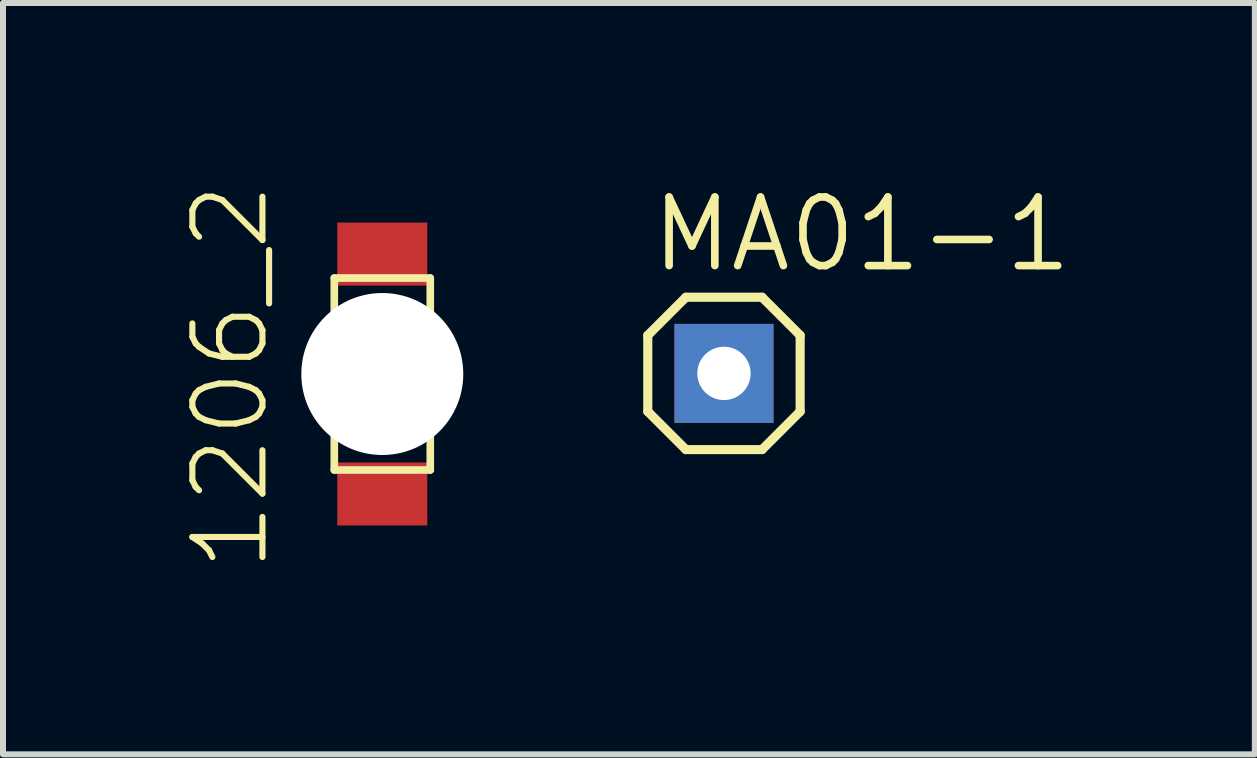
<source format=kicad_pcb>
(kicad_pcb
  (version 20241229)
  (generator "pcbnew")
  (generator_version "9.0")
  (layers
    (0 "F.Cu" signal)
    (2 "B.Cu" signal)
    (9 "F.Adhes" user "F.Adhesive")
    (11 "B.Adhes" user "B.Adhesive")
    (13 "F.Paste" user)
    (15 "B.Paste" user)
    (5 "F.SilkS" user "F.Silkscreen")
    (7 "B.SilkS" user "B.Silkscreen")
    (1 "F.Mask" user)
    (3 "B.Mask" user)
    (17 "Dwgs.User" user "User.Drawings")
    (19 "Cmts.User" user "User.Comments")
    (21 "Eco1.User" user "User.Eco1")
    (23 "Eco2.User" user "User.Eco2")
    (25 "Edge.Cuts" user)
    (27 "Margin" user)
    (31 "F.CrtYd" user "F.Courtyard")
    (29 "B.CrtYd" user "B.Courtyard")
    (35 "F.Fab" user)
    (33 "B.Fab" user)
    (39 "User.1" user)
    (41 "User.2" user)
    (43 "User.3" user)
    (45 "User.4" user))
  (footprint "1206_2"
    (layer "F.Cu")
    (at 3.323 3.185)
    (property "Reference" "1206_2" (at -1.85 3.34 90) (layer "F.SilkS") (effects (font (size 1.168 1.168) (thickness 0.102)) (justify left bottom)))
    (fp_line (start -0.8 -1.6) (end -0.8 1.6) (stroke (width 0.127) (type solid)) (layer "F.SilkS"))
    (fp_line (start -0.8 1.6) (end 0.8 1.6) (stroke (width 0.127) (type solid)) (layer "F.SilkS"))
    (fp_line (start -0.49 -0.3) (end 0.51 -0.3) (stroke (width 0.127) (type solid)) (layer "F.SilkS"))
    (fp_line (start -0.49 0.27) (end 0.01 -0.23) (stroke (width 0.127) (type solid)) (layer "F.SilkS"))
    (fp_line (start -0.49 0.27) (end 0.51 0.27) (stroke (width 0.127) (type solid)) (layer "F.SilkS"))
    (fp_line (start 0.51 0.27) (end 0.01 -0.23) (stroke (width 0.127) (type solid)) (layer "F.SilkS"))
    (fp_line (start 0.8 -1.6) (end -0.8 -1.6) (stroke (width 0.127) (type solid)) (layer "F.SilkS"))
    (fp_line (start 0.8 1.6) (end 0.8 -1.6) (stroke (width 0.127) (type solid)) (layer "F.SilkS"))
    (pad "" np_thru_hole circle (at 0 0) (size 2.7 2.7) (drill 2.7) (layers "*.Cu" "*.Mask"))
    (pad "A" smd rect (at 0 2) (size 1.5 1.05) (layers "F.Cu" "F.Mask" "F.Paste"))
    (pad "K" smd rect (at 0 -2) (size 1.5 1.05) (layers "F.Cu" "F.Mask" "F.Paste")))
  (footprint "MA01-1"
    (layer "F.Cu")
    (at 9.019 3.175)
    (property "Reference" "MA01-1" (at -1.27 -1.651 0) (layer "F.SilkS") (effects (font (size 1.143 1.143) (thickness 0.127)) (justify left bottom)))
    (fp_line (start -1.27 -0.635) (end -1.27 0.635) (stroke (width 0.152) (type solid)) (layer "F.SilkS"))
    (fp_line (start -1.27 0.635) (end -0.635 1.27) (stroke (width 0.152) (type solid)) (layer "F.SilkS"))
    (fp_line (start -0.635 -1.27) (end -1.27 -0.635) (stroke (width 0.152) (type solid)) (layer "F.SilkS"))
    (fp_line (start -0.635 -1.27) (end 0.635 -1.27) (stroke (width 0.152) (type solid)) (layer "F.SilkS"))
    (fp_line (start 0.635 -1.27) (end 1.27 -0.635) (stroke (width 0.152) (type solid)) (layer "F.SilkS"))
    (fp_line (start 0.635 1.27) (end -0.635 1.27) (stroke (width 0.152) (type solid)) (layer "F.SilkS"))
    (fp_line (start 1.27 -0.635) (end 1.27 0.635) (stroke (width 0.152) (type solid)) (layer "F.SilkS"))
    (fp_line (start 1.27 0.635) (end 0.635 1.27) (stroke (width 0.152) (type solid)) (layer "F.SilkS"))
    (fp_poly (pts (xy -0.254 0.254) (xy 0.254 0.254) (xy 0.254 -0.254) (xy -0.254 -0.254)) (stroke (width 0.1) (type solid)) (fill no) (layer "F.Fab"))
    (pad "1" thru_hole rect (at 0 0 90) (size 1.651 1.651) (drill 0.889) (layers "*.Cu" "*.Mask")))
  (gr_rect
    (start -3 -3)
    (end 17.869 9.525)
    (stroke (width 0.1) (type default))
    (fill no)
    (layer "Edge.Cuts")))
</source>
